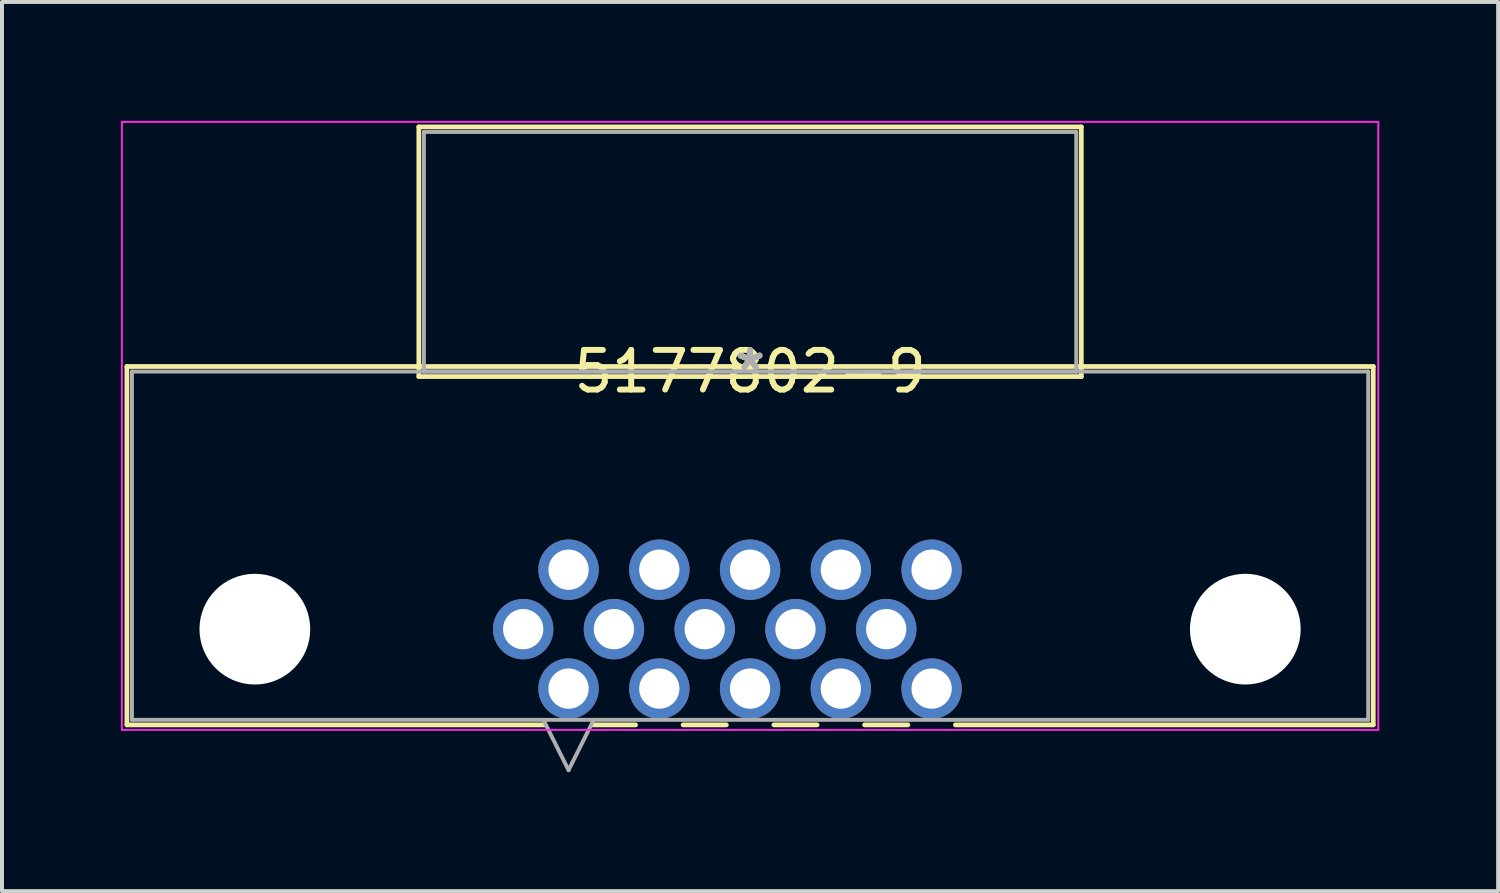
<source format=kicad_pcb>
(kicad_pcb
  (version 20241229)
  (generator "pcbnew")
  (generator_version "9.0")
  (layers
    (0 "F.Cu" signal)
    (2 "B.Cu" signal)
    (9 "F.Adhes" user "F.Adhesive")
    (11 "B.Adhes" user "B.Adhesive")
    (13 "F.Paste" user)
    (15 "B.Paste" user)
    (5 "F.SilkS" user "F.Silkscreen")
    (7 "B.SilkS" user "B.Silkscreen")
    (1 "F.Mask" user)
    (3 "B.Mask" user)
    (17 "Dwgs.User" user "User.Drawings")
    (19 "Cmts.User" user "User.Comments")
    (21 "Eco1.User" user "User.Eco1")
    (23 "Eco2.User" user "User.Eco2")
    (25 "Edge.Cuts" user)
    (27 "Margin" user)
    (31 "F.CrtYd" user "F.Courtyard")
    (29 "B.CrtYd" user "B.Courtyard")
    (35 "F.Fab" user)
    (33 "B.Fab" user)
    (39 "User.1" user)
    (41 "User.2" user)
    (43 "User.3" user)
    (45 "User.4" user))
  (footprint "5177802-9"
    (layer "F.Cu")
    (at 15.875 6.324)
    (property "Reference" "5177802-9" (at 0 0 0) (layer "F.SilkS") (effects (font (size 1 1) (thickness 0.15))))
    (attr through_hole)
    (fp_line (start -15.723 -0.127) (end -15.723 8.915) (stroke (width 0.12) (type solid)) (layer "F.SilkS"))
    (fp_line (start -15.723 8.915) (end -5.18 8.915) (stroke (width 0.12) (type solid)) (layer "F.SilkS"))
    (fp_line (start -8.357 -6.172) (end -8.357 0.127) (stroke (width 0.12) (type solid)) (layer "F.SilkS"))
    (fp_line (start -8.357 0.127) (end 8.357 0.127) (stroke (width 0.12) (type solid)) (layer "F.SilkS"))
    (fp_line (start -3.98 8.915) (end -2.89 8.915) (stroke (width 0.12) (type solid)) (layer "F.SilkS"))
    (fp_line (start -1.69 8.915) (end -0.6 8.915) (stroke (width 0.12) (type solid)) (layer "F.SilkS"))
    (fp_line (start 0.6 8.915) (end 1.69 8.915) (stroke (width 0.12) (type solid)) (layer "F.SilkS"))
    (fp_line (start 2.89 8.915) (end 3.98 8.915) (stroke (width 0.12) (type solid)) (layer "F.SilkS"))
    (fp_line (start 5.18 8.915) (end 15.723 8.915) (stroke (width 0.12) (type solid)) (layer "F.SilkS"))
    (fp_line (start 8.357 -6.172) (end -8.357 -6.172) (stroke (width 0.12) (type solid)) (layer "F.SilkS"))
    (fp_line (start 8.357 0.127) (end 8.357 -6.172) (stroke (width 0.12) (type solid)) (layer "F.SilkS"))
    (fp_line (start 15.723 -0.127) (end -15.723 -0.127) (stroke (width 0.12) (type solid)) (layer "F.SilkS"))
    (fp_line (start 15.723 8.915) (end 15.723 -0.127) (stroke (width 0.12) (type solid)) (layer "F.SilkS"))
    (fp_line (start -15.85 -6.299) (end -15.85 9.042) (stroke (width 0.05) (type solid)) (layer "F.CrtYd"))
    (fp_line (start -15.85 9.042) (end 15.85 9.042) (stroke (width 0.05) (type solid)) (layer "F.CrtYd"))
    (fp_line (start 15.85 -6.299) (end -15.85 -6.299) (stroke (width 0.05) (type solid)) (layer "F.CrtYd"))
    (fp_line (start 15.85 9.042) (end 15.85 -6.299) (stroke (width 0.05) (type solid)) (layer "F.CrtYd"))
    (fp_line (start -15.596 0) (end -15.596 8.788) (stroke (width 0.1) (type solid)) (layer "F.Fab"))
    (fp_line (start -15.596 8.788) (end 15.596 8.788) (stroke (width 0.1) (type solid)) (layer "F.Fab"))
    (fp_line (start -8.23 -6.045) (end -8.23 0) (stroke (width 0.1) (type solid)) (layer "F.Fab"))
    (fp_line (start -8.23 0) (end 8.23 0) (stroke (width 0.1) (type solid)) (layer "F.Fab"))
    (fp_line (start -5.215 8.788) (end -4.58 10.058) (stroke (width 0.1) (type solid)) (layer "F.Fab"))
    (fp_line (start -3.945 8.788) (end -4.58 10.058) (stroke (width 0.1) (type solid)) (layer "F.Fab"))
    (fp_line (start 8.23 -6.045) (end -8.23 -6.045) (stroke (width 0.1) (type solid)) (layer "F.Fab"))
    (fp_line (start 8.23 0) (end 8.23 -6.045) (stroke (width 0.1) (type solid)) (layer "F.Fab"))
    (fp_line (start 15.596 0) (end -15.596 0) (stroke (width 0.1) (type solid)) (layer "F.Fab"))
    (fp_line (start 15.596 8.788) (end 15.596 0) (stroke (width 0.1) (type solid)) (layer "F.Fab"))
    (fp_text user "*" (at 0 0 0) (layer "F.SilkS") (effects (font (size 1 1) (thickness 0.15))))
    (fp_text user "Copyright 2021 Accelerated Designs. All rights reserved." (at 0 0 0) (layer "Cmts.User") (effects (font (size 0.127 0.127) (thickness 0.002))))
    (fp_text user "*" (at 0 0 0) (layer "F.Fab") (effects (font (size 1 1) (thickness 0.15))))
    (pad "" np_thru_hole circle (at -12.495 6.5) (size 2.794 2.794) (drill 2.794) (layers "*.Cu" "*.Mask"))
    (pad "" np_thru_hole circle (at 12.495 6.5) (size 2.794 2.794) (drill 2.794) (layers "*.Cu" "*.Mask"))
    (pad "1" thru_hole circle (at -4.58 8) (size 1.524 1.524) (drill 1.016) (layers "*.Cu" "*.Mask"))
    (pad "2" thru_hole circle (at -2.29 8) (size 1.524 1.524) (drill 1.016) (layers "*.Cu" "*.Mask"))
    (pad "3" thru_hole circle (at 0 8) (size 1.524 1.524) (drill 1.016) (layers "*.Cu" "*.Mask"))
    (pad "4" thru_hole circle (at 2.29 8) (size 1.524 1.524) (drill 1.016) (layers "*.Cu" "*.Mask"))
    (pad "5" thru_hole circle (at 4.58 8) (size 1.524 1.524) (drill 1.016) (layers "*.Cu" "*.Mask"))
    (pad "6" thru_hole circle (at -5.725 6.5) (size 1.524 1.524) (drill 1.016) (layers "*.Cu" "*.Mask"))
    (pad "7" thru_hole circle (at -3.435 6.5) (size 1.524 1.524) (drill 1.016) (layers "*.Cu" "*.Mask"))
    (pad "8" thru_hole circle (at -1.145 6.5) (size 1.524 1.524) (drill 1.016) (layers "*.Cu" "*.Mask"))
    (pad "9" thru_hole circle (at 1.145 6.5) (size 1.524 1.524) (drill 1.016) (layers "*.Cu" "*.Mask"))
    (pad "10" thru_hole circle (at 3.435 6.5) (size 1.524 1.524) (drill 1.016) (layers "*.Cu" "*.Mask"))
    (pad "11" thru_hole circle (at -4.58 5) (size 1.524 1.524) (drill 1.016) (layers "*.Cu" "*.Mask"))
    (pad "12" thru_hole circle (at -2.29 5) (size 1.524 1.524) (drill 1.016) (layers "*.Cu" "*.Mask"))
    (pad "13" thru_hole circle (at 0 5) (size 1.524 1.524) (drill 1.016) (layers "*.Cu" "*.Mask"))
    (pad "14" thru_hole circle (at 2.29 5) (size 1.524 1.524) (drill 1.016) (layers "*.Cu" "*.Mask"))
    (pad "15" thru_hole circle (at 4.58 5) (size 1.524 1.524) (drill 1.016) (layers "*.Cu" "*.Mask")))
  (gr_rect
    (start -3 -3)
    (end 34.749 19.433)
    (stroke (width 0.1) (type default))
    (fill no)
    (layer "Edge.Cuts")))
</source>
